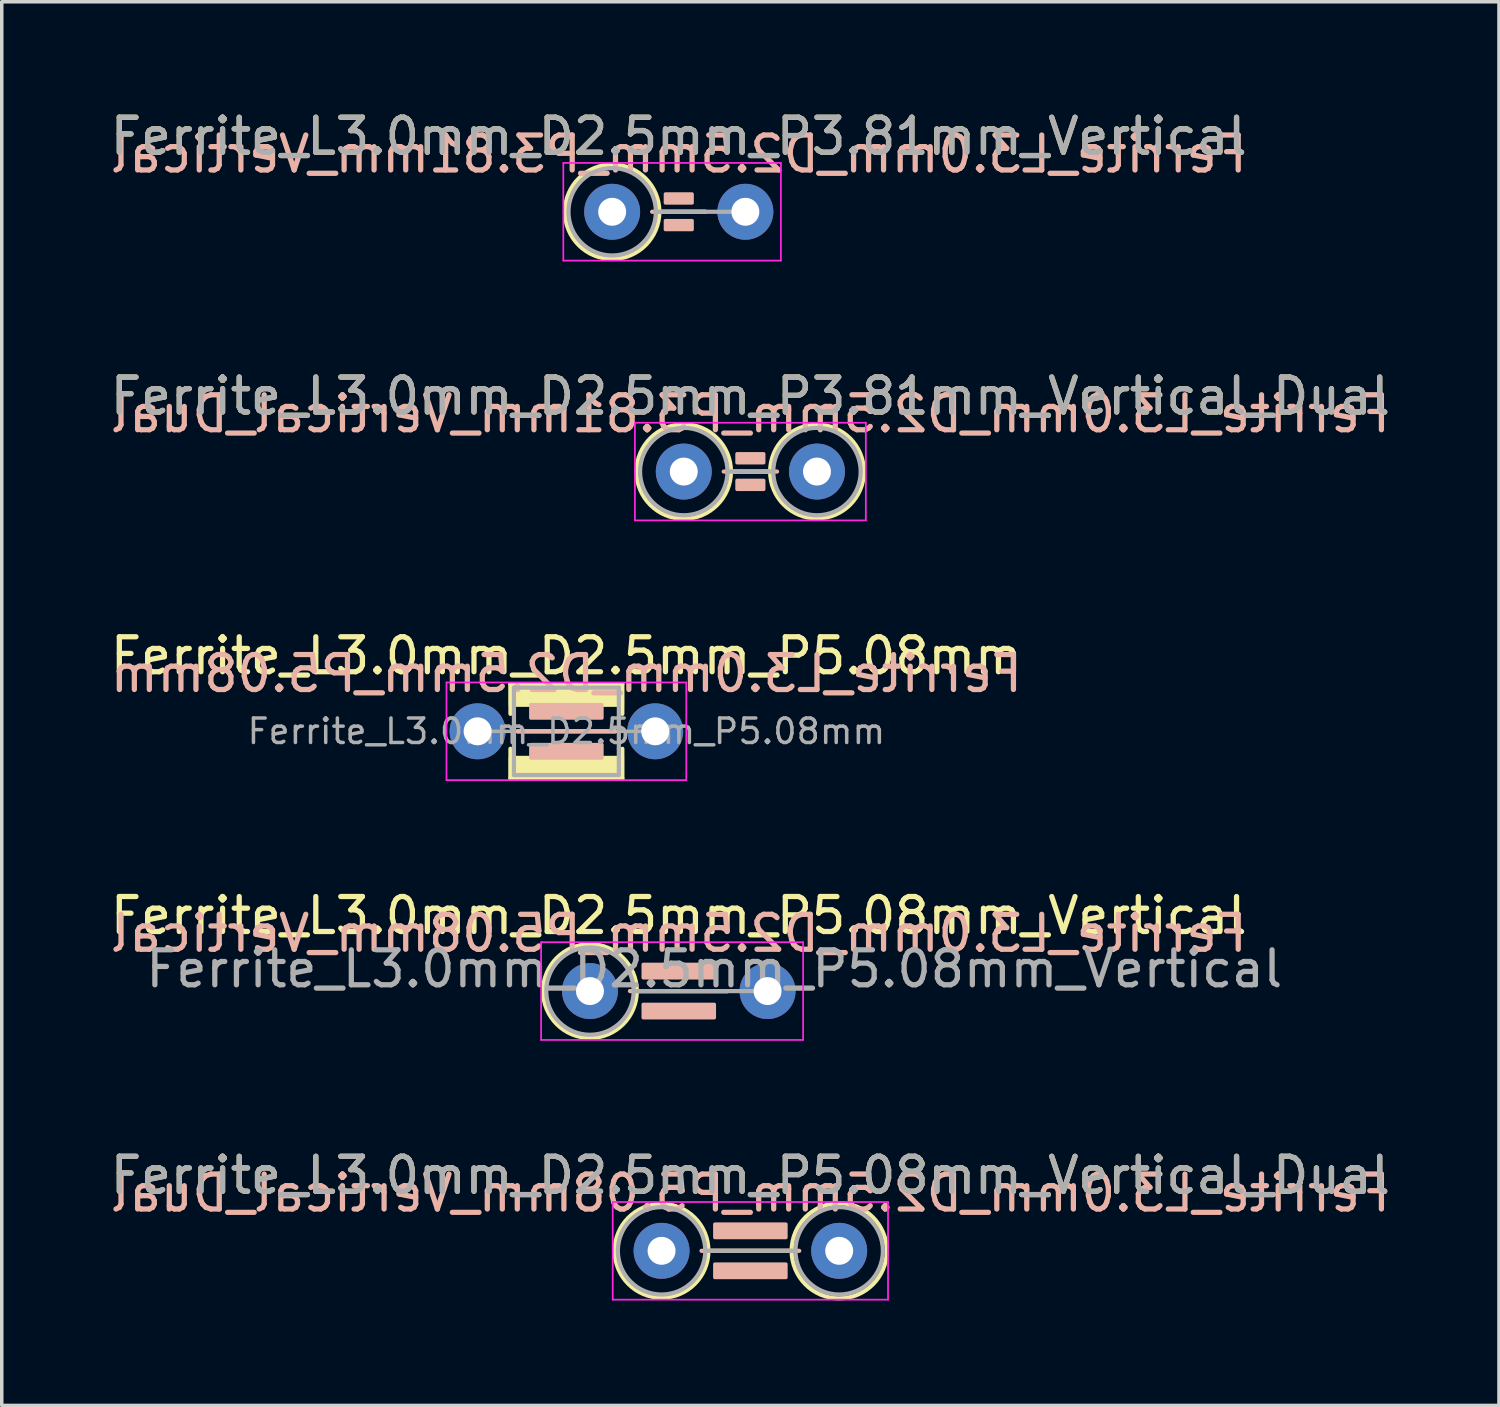
<source format=kicad_pcb>
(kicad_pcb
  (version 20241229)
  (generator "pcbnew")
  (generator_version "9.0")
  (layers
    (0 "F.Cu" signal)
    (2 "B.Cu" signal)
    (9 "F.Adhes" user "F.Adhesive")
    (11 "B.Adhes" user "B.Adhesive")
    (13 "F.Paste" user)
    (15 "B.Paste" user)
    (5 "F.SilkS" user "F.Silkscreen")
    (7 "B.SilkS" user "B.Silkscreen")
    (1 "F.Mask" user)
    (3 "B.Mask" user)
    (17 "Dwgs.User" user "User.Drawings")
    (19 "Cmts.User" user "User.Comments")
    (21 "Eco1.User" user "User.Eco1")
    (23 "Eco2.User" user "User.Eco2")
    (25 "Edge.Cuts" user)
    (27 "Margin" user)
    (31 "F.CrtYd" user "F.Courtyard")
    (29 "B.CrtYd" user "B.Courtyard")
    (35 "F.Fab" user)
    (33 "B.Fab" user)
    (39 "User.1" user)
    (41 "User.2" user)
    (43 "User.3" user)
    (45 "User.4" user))
  (footprint "Ferrite_L3.0mm_D2.5mm_P3.81mm_Vertical"
    (layer "F.Cu")
    (at 14.458 3.007)
    (property "Reference" "Ferrite_L3.0mm_D2.5mm_P3.81mm_Vertical" (at 1.905 -2.159 0) (layer "F.SilkS") (effects (font (size 1 1) (thickness 0.15))))
    (fp_line (start 1.35 0) (end 2.667 0) (stroke (width 0.12) (type solid)) (layer "F.SilkS"))
    (fp_circle (center 0 0) (end 1.35 0) (stroke (width 0.12) (type solid)) (fill no) (layer "F.SilkS"))
    (fp_line (start 2.667 0) (end 1.143 0) (stroke (width 0.12) (type solid)) (layer "B.SilkS"))
    (fp_rect (start 1.524 -0.508) (end 2.286 -0.254) (stroke (width 0.1) (type solid)) (fill yes) (layer "B.SilkS"))
    (fp_rect (start 1.524 0.254) (end 2.286 0.508) (stroke (width 0.1) (type solid)) (fill yes) (layer "B.SilkS"))
    (fp_line (start -1.397 -1.397) (end 4.826 -1.397) (stroke (width 0.05) (type solid)) (layer "F.CrtYd"))
    (fp_line (start -1.397 1.397) (end -1.397 -1.397) (stroke (width 0.05) (type solid)) (layer "F.CrtYd"))
    (fp_line (start 4.826 -1.397) (end 4.826 1.397) (stroke (width 0.05) (type solid)) (layer "F.CrtYd"))
    (fp_line (start 4.826 1.397) (end -1.397 1.397) (stroke (width 0.05) (type solid)) (layer "F.CrtYd"))
    (fp_line (start 1.25 0) (end 3.81 0) (stroke (width 0.12) (type solid)) (layer "F.Fab"))
    (fp_circle (center 0 0) (end 1.25 0) (stroke (width 0.12) (type solid)) (fill no) (layer "F.Fab"))
    (fp_text user "${REFERENCE}" (at 1.905 -1.651 0) (layer "B.SilkS") (effects (font (size 1 1) (thickness 0.15)) (justify mirror)))
    (fp_text user "${REFERENCE}" (at 1.905 -2.158 0) (layer "F.Fab") (effects (font (size 1 1) (thickness 0.15))))
    (pad "1" thru_hole circle (at 0 0) (size 1.6 1.6) (drill 0.8) (layers "*.Cu" "*.Mask"))
    (pad "2" thru_hole circle (at 3.81 0) (size 1.6 1.6) (drill 0.8) (layers "*.Cu" "*.Mask")))
  (footprint "Ferrite_L3.0mm_D2.5mm_P3.81mm_Vertical_Dual"
    (layer "F.Cu")
    (at 16.506 10.437)
    (property "Reference" "Ferrite_L3.0mm_D2.5mm_P3.81mm_Vertical_Dual" (at 1.905 -2.159 0) (layer "F.SilkS") (effects (font (size 1 1) (thickness 0.15))))
    (fp_line (start 1.35 0) (end 2.47 0) (stroke (width 0.12) (type solid)) (layer "F.SilkS"))
    (fp_circle (center 0 0) (end 1.35 0) (stroke (width 0.12) (type solid)) (fill no) (layer "F.SilkS"))
    (fp_circle (center 3.81 0) (end 5.15 0) (stroke (width 0.12) (type solid)) (fill no) (layer "F.SilkS"))
    (fp_line (start 2.667 0) (end 1.143 0) (stroke (width 0.12) (type solid)) (layer "B.SilkS"))
    (fp_rect (start 1.524 -0.508) (end 2.286 -0.254) (stroke (width 0.1) (type solid)) (fill yes) (layer "B.SilkS"))
    (fp_rect (start 1.524 0.254) (end 2.286 0.508) (stroke (width 0.1) (type solid)) (fill yes) (layer "B.SilkS"))
    (fp_line (start -1.397 -1.397) (end 5.207 -1.397) (stroke (width 0.05) (type solid)) (layer "F.CrtYd"))
    (fp_line (start -1.397 1.397) (end -1.397 -1.397) (stroke (width 0.05) (type solid)) (layer "F.CrtYd"))
    (fp_line (start 5.207 -1.397) (end 5.207 1.397) (stroke (width 0.05) (type solid)) (layer "F.CrtYd"))
    (fp_line (start 5.207 1.397) (end -1.397 1.397) (stroke (width 0.05) (type solid)) (layer "F.CrtYd"))
    (fp_line (start 1.25 0) (end 2.56 0) (stroke (width 0.12) (type solid)) (layer "F.Fab"))
    (fp_circle (center 0 0) (end 1.25 0) (stroke (width 0.12) (type solid)) (fill no) (layer "F.Fab"))
    (fp_circle (center 3.81 0) (end 5.06 0) (stroke (width 0.12) (type solid)) (fill no) (layer "F.Fab"))
    (fp_text user "${REFERENCE}" (at 1.905 -1.651 0) (layer "B.SilkS") (effects (font (size 1 1) (thickness 0.15)) (justify mirror)))
    (fp_text user "${REFERENCE}" (at 1.905 -2.158 0) (layer "F.Fab") (effects (font (size 1 1) (thickness 0.15))))
    (pad "1" thru_hole circle (at 0 0) (size 1.6 1.6) (drill 0.8) (layers "*.Cu" "*.Mask"))
    (pad "2" thru_hole circle (at 3.81 0) (size 1.6 1.6) (drill 0.8) (layers "*.Cu" "*.Mask")))
  (footprint "Ferrite_L3.0mm_D2.5mm_P5.08mm"
    (layer "F.Cu")
    (at 10.609 17.866)
    (property "Reference" "Ferrite_L3.0mm_D2.5mm_P5.08mm" (at 2.54 -2.159 0) (layer "F.SilkS") (effects (font (size 1 1) (thickness 0.15))))
    (fp_line (start 0.94 -1.35) (end 0.94 -0.5) (stroke (width 0.12) (type solid)) (layer "F.SilkS"))
    (fp_line (start 0.94 0.5) (end 0.94 1.35) (stroke (width 0.12) (type solid)) (layer "F.SilkS"))
    (fp_line (start 0.94 1.35) (end 4.14 1.35) (stroke (width 0.12) (type solid)) (layer "F.SilkS"))
    (fp_line (start 3.937 0) (end 1.143 0) (stroke (width 0.12) (type solid)) (layer "F.SilkS"))
    (fp_line (start 4.14 -1.35) (end 0.94 -1.35) (stroke (width 0.12) (type solid)) (layer "F.SilkS"))
    (fp_line (start 4.14 -1.35) (end 4.14 -0.5) (stroke (width 0.12) (type solid)) (layer "F.SilkS"))
    (fp_line (start 4.14 1.35) (end 4.14 0.5) (stroke (width 0.12) (type solid)) (layer "F.SilkS"))
    (fp_poly (pts (xy 4.14 -0.75) (xy 0.94 -0.75) (xy 0.94 -1.35) (xy 4.14 -1.35)) (stroke (width 0.1) (type solid)) (fill yes) (layer "F.SilkS"))
    (fp_poly (pts (xy 4.14 1.35) (xy 0.94 1.35) (xy 0.94 0.75) (xy 4.14 0.75)) (stroke (width 0.1) (type solid)) (fill yes) (layer "F.SilkS"))
    (fp_line (start 3.937 0) (end 1.143 0) (stroke (width 0.12) (type solid)) (layer "B.SilkS"))
    (fp_rect (start 1.524 -0.762) (end 3.556 -0.381) (stroke (width 0.1) (type solid)) (fill yes) (layer "B.SilkS"))
    (fp_rect (start 1.524 0.381) (end 3.556 0.762) (stroke (width 0.1) (type solid)) (fill yes) (layer "B.SilkS"))
    (fp_line (start -0.889 -1.397) (end 5.969 -1.397) (stroke (width 0.05) (type solid)) (layer "F.CrtYd"))
    (fp_line (start -0.889 1.397) (end -0.889 -1.397) (stroke (width 0.05) (type solid)) (layer "F.CrtYd"))
    (fp_line (start 5.969 -1.397) (end 5.969 1.397) (stroke (width 0.05) (type solid)) (layer "F.CrtYd"))
    (fp_line (start 5.969 1.397) (end -0.889 1.397) (stroke (width 0.05) (type solid)) (layer "F.CrtYd"))
    (fp_line (start 0 0) (end 1.016 0) (stroke (width 0.1) (type solid)) (layer "F.Fab"))
    (fp_line (start 1.04 -1.25) (end 1.04 0.5) (stroke (width 0.12) (type solid)) (layer "F.Fab"))
    (fp_line (start 1.04 0.5) (end 1.04 1.25) (stroke (width 0.12) (type solid)) (layer "F.Fab"))
    (fp_line (start 1.04 1.25) (end 4.04 1.25) (stroke (width 0.12) (type solid)) (layer "F.Fab"))
    (fp_line (start 4.04 -1.25) (end 1.04 -1.25) (stroke (width 0.12) (type solid)) (layer "F.Fab"))
    (fp_line (start 4.04 -1.25) (end 4.04 0.5) (stroke (width 0.12) (type solid)) (layer "F.Fab"))
    (fp_line (start 4.04 1.25) (end 4.04 0.5) (stroke (width 0.12) (type solid)) (layer "F.Fab"))
    (fp_line (start 5.08 0) (end 4.064 0) (stroke (width 0.1) (type solid)) (layer "F.Fab"))
    (fp_text user "${REFERENCE}" (at 2.54 -1.651 0) (layer "B.SilkS") (effects (font (size 1 1) (thickness 0.15)) (justify mirror)))
    (fp_text user "${REFERENCE}" (at 2.54 0 0) (layer "F.Fab") (effects (font (size 0.7 0.7) (thickness 0.1))))
    (pad "1" thru_hole circle (at 0 0) (size 1.6 1.6) (drill 0.8) (layers "*.Cu" "*.Mask"))
    (pad "2" thru_hole circle (at 5.08 0) (size 1.6 1.6) (drill 0.8) (layers "*.Cu" "*.Mask")))
  (footprint "Ferrite_L3.0mm_D2.5mm_P5.08mm_Vertical_Dual"
    (layer "F.Cu")
    (at 15.871 32.724)
    (property "Reference" "Ferrite_L3.0mm_D2.5mm_P5.08mm_Vertical_Dual" (at 2.54 -2.159 0) (layer "F.SilkS") (effects (font (size 1 1) (thickness 0.15))))
    (fp_line (start 1.34 0) (end 3.72 0) (stroke (width 0.12) (type solid)) (layer "F.SilkS"))
    (fp_circle (center 0 0) (end 1.34 0) (stroke (width 0.12) (type solid)) (fill no) (layer "F.SilkS"))
    (fp_circle (center 5.08 0) (end 6.44 0) (stroke (width 0.12) (type solid)) (fill no) (layer "F.SilkS"))
    (fp_line (start 3.937 0) (end 1.143 0) (stroke (width 0.12) (type solid)) (layer "B.SilkS"))
    (fp_rect (start 1.524 -0.762) (end 3.556 -0.381) (stroke (width 0.1) (type solid)) (fill yes) (layer "B.SilkS"))
    (fp_rect (start 1.524 0.381) (end 3.556 0.762) (stroke (width 0.1) (type solid)) (fill yes) (layer "B.SilkS"))
    (fp_line (start -1.397 -1.397) (end 6.477 -1.397) (stroke (width 0.05) (type solid)) (layer "F.CrtYd"))
    (fp_line (start -1.397 1.397) (end -1.397 -1.397) (stroke (width 0.05) (type solid)) (layer "F.CrtYd"))
    (fp_line (start 6.477 -1.397) (end 6.477 1.397) (stroke (width 0.05) (type solid)) (layer "F.CrtYd"))
    (fp_line (start 6.477 1.397) (end -1.397 1.397) (stroke (width 0.05) (type solid)) (layer "F.CrtYd"))
    (fp_line (start 1.25 0) (end 3.83 0) (stroke (width 0.12) (type solid)) (layer "F.Fab"))
    (fp_circle (center 0 0) (end 1.25 0) (stroke (width 0.12) (type solid)) (fill no) (layer "F.Fab"))
    (fp_circle (center 5.08 0) (end 6.33 0) (stroke (width 0.12) (type solid)) (fill no) (layer "F.Fab"))
    (fp_text user "${REFERENCE}" (at 2.54 -1.651 0) (layer "B.SilkS") (effects (font (size 1 1) (thickness 0.15)) (justify mirror)))
    (fp_text user "${REFERENCE}" (at 2.54 -2.158 0) (layer "F.Fab") (effects (font (size 1 1) (thickness 0.15))))
    (pad "1" thru_hole circle (at 0 0) (size 1.6 1.6) (drill 0.8) (layers "*.Cu" "*.Mask"))
    (pad "2" thru_hole circle (at 5.08 0) (size 1.6 1.6) (drill 0.8) (layers "*.Cu" "*.Mask")))
  (footprint "Ferrite_L3.0mm_D2.5mm_P5.08mm_Vertical"
    (layer "F.Cu")
    (at 13.823 25.295)
    (property "Reference" "Ferrite_L3.0mm_D2.5mm_P5.08mm_Vertical" (at 2.54 -2.159 0) (layer "F.SilkS") (effects (font (size 1 1) (thickness 0.15))))
    (fp_line (start 1.34 0) (end 3.937 0) (stroke (width 0.12) (type solid)) (layer "F.SilkS"))
    (fp_circle (center 0 0) (end 1.34 0) (stroke (width 0.12) (type solid)) (fill no) (layer "F.SilkS"))
    (fp_line (start 3.937 0) (end 1.143 0) (stroke (width 0.12) (type solid)) (layer "B.SilkS"))
    (fp_rect (start 1.524 -0.762) (end 3.556 -0.381) (stroke (width 0.1) (type solid)) (fill yes) (layer "B.SilkS"))
    (fp_rect (start 1.524 0.381) (end 3.556 0.762) (stroke (width 0.1) (type solid)) (fill yes) (layer "B.SilkS"))
    (fp_line (start -1.397 -1.397) (end 6.096 -1.397) (stroke (width 0.05) (type solid)) (layer "F.CrtYd"))
    (fp_line (start -1.397 1.397) (end -1.397 -1.397) (stroke (width 0.05) (type solid)) (layer "F.CrtYd"))
    (fp_line (start 6.096 -1.397) (end 6.096 1.397) (stroke (width 0.05) (type solid)) (layer "F.CrtYd"))
    (fp_line (start 6.096 1.397) (end -1.397 1.397) (stroke (width 0.05) (type solid)) (layer "F.CrtYd"))
    (fp_line (start 1.25 0) (end 5.08 0) (stroke (width 0.12) (type solid)) (layer "F.Fab"))
    (fp_circle (center 0 0) (end 1.25 0) (stroke (width 0.12) (type solid)) (fill no) (layer "F.Fab"))
    (fp_text user "${REFERENCE}" (at 2.54 -1.651 0) (layer "B.SilkS") (effects (font (size 1 1) (thickness 0.15)) (justify mirror)))
    (fp_text user "${REFERENCE}" (at 3.556 -0.635 0) (layer "F.Fab") (effects (font (size 1 1) (thickness 0.15))))
    (pad "1" thru_hole circle (at 0 0) (size 1.6 1.6) (drill 0.8) (layers "*.Cu" "*.Mask"))
    (pad "2" thru_hole circle (at 5.08 0) (size 1.6 1.6) (drill 0.8) (layers "*.Cu" "*.Mask")))
  (gr_rect
    (start -3 -3)
    (end 39.821 37.146)
    (stroke (width 0.1) (type default))
    (fill no)
    (layer "Edge.Cuts")))
</source>
